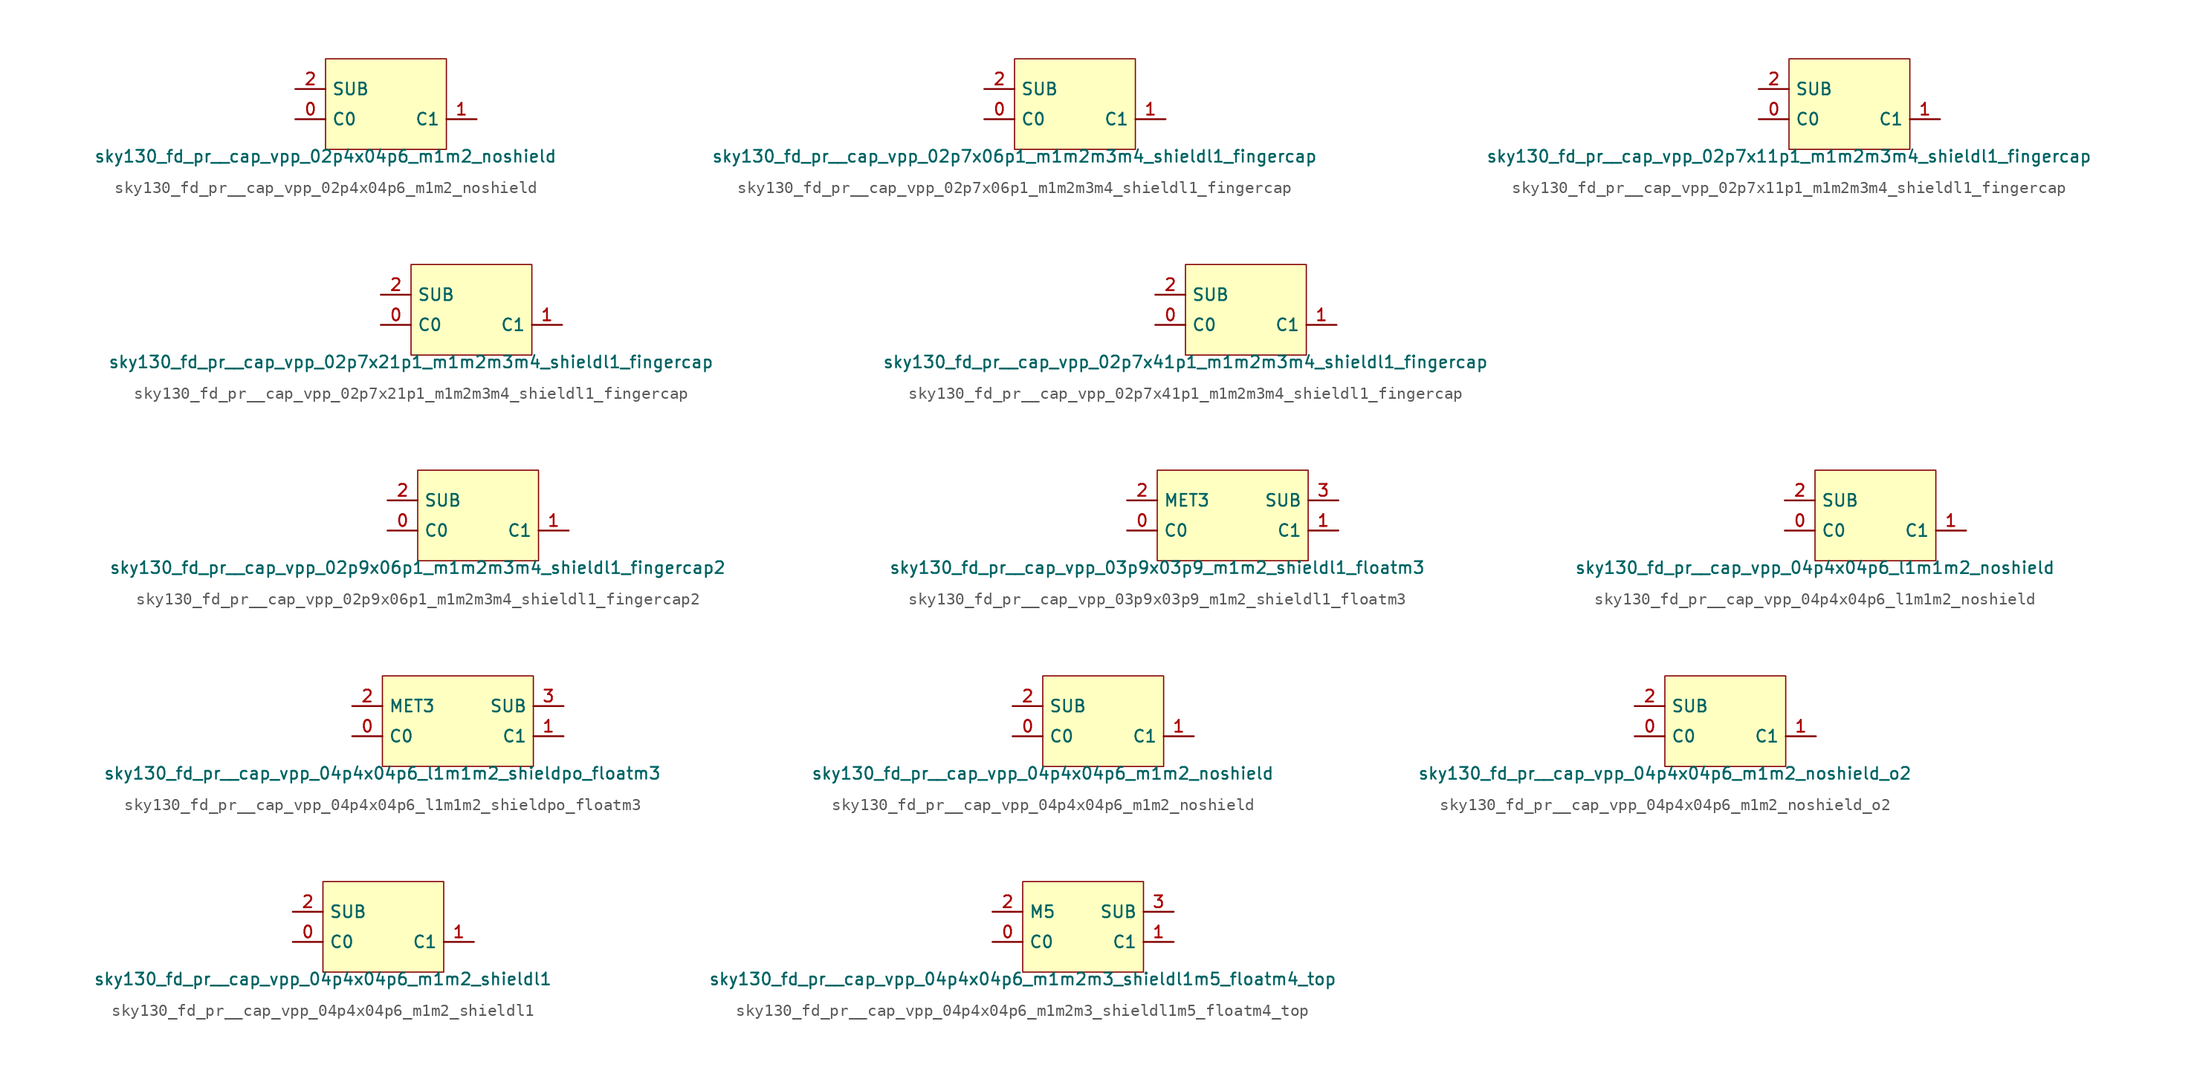
<source format=kicad_sym>
(kicad_symbol_lib
  (version 20211014)
  (generator lef2kicad_sym)
  (symbol "sky130_fd_pr__cap_vpp_02p4x04p6_m1m2_noshield"
    (property "Reference" "X"
      (at 0 0 0)
      (effects (font (size 1 1)) hide))
    (property "Value" "sky130_fd_pr__cap_vpp_02p4x04p6_m1m2_noshield"
      (at -5.08 -3.81 0)
      (effects (font (size 1 1)) (justify top)))
    (rectangle
      (start -5.08 -3.81)
      (end 5.08 3.81)
      (stroke (width 0.1) (type solid) (color 0 0 0 0))
      (fill (type background)))
    (pin bidirectional line
      (at -7.62 -1.27 0)
      (length 2.54)
      (name "C0" (effects (font (size 1 1)) hide))
      (number "0" (effects (font (size 1 1)) hide)))
    (pin bidirectional line
      (at 7.62 -1.27 180)
      (length 2.54)
      (name "C1" (effects (font (size 1 1)) hide))
      (number "1" (effects (font (size 1 1)) hide)))
    (pin bidirectional line
      (at -7.62 1.27 0)
      (length 2.54)
      (name "SUB" (effects (font (size 1 1)) hide))
      (number "2" (effects (font (size 1 1)) hide))))
  (symbol "sky130_fd_pr__cap_vpp_02p7x06p1_m1m2m3m4_shieldl1_fingercap"
    (property "Reference" "X"
      (at 0 0 0)
      (effects (font (size 1 1)) hide))
    (property "Value" "sky130_fd_pr__cap_vpp_02p7x06p1_m1m2m3m4_shieldl1_fingercap"
      (at -5.08 -3.81 0)
      (effects (font (size 1 1)) (justify top)))
    (rectangle
      (start -5.08 -3.81)
      (end 5.08 3.81)
      (stroke (width 0.1) (type solid) (color 0 0 0 0))
      (fill (type background)))
    (pin bidirectional line
      (at -7.62 -1.27 0)
      (length 2.54)
      (name "C0" (effects (font (size 1 1)) hide))
      (number "0" (effects (font (size 1 1)) hide)))
    (pin bidirectional line
      (at 7.62 -1.27 180)
      (length 2.54)
      (name "C1" (effects (font (size 1 1)) hide))
      (number "1" (effects (font (size 1 1)) hide)))
    (pin bidirectional line
      (at -7.62 1.27 0)
      (length 2.54)
      (name "SUB" (effects (font (size 1 1)) hide))
      (number "2" (effects (font (size 1 1)) hide))))
  (symbol "sky130_fd_pr__cap_vpp_02p7x11p1_m1m2m3m4_shieldl1_fingercap"
    (property "Reference" "X"
      (at 0 0 0)
      (effects (font (size 1 1)) hide))
    (property "Value" "sky130_fd_pr__cap_vpp_02p7x11p1_m1m2m3m4_shieldl1_fingercap"
      (at -5.08 -3.81 0)
      (effects (font (size 1 1)) (justify top)))
    (rectangle
      (start -5.08 -3.81)
      (end 5.08 3.81)
      (stroke (width 0.1) (type solid) (color 0 0 0 0))
      (fill (type background)))
    (pin bidirectional line
      (at -7.62 -1.27 0)
      (length 2.54)
      (name "C0" (effects (font (size 1 1)) hide))
      (number "0" (effects (font (size 1 1)) hide)))
    (pin bidirectional line
      (at 7.62 -1.27 180)
      (length 2.54)
      (name "C1" (effects (font (size 1 1)) hide))
      (number "1" (effects (font (size 1 1)) hide)))
    (pin bidirectional line
      (at -7.62 1.27 0)
      (length 2.54)
      (name "SUB" (effects (font (size 1 1)) hide))
      (number "2" (effects (font (size 1 1)) hide))))
  (symbol "sky130_fd_pr__cap_vpp_02p7x21p1_m1m2m3m4_shieldl1_fingercap"
    (property "Reference" "X"
      (at 0 0 0)
      (effects (font (size 1 1)) hide))
    (property "Value" "sky130_fd_pr__cap_vpp_02p7x21p1_m1m2m3m4_shieldl1_fingercap"
      (at -5.08 -3.81 0)
      (effects (font (size 1 1)) (justify top)))
    (rectangle
      (start -5.08 -3.81)
      (end 5.08 3.81)
      (stroke (width 0.1) (type solid) (color 0 0 0 0))
      (fill (type background)))
    (pin bidirectional line
      (at -7.62 -1.27 0)
      (length 2.54)
      (name "C0" (effects (font (size 1 1)) hide))
      (number "0" (effects (font (size 1 1)) hide)))
    (pin bidirectional line
      (at 7.62 -1.27 180)
      (length 2.54)
      (name "C1" (effects (font (size 1 1)) hide))
      (number "1" (effects (font (size 1 1)) hide)))
    (pin bidirectional line
      (at -7.62 1.27 0)
      (length 2.54)
      (name "SUB" (effects (font (size 1 1)) hide))
      (number "2" (effects (font (size 1 1)) hide))))
  (symbol "sky130_fd_pr__cap_vpp_02p7x41p1_m1m2m3m4_shieldl1_fingercap"
    (property "Reference" "X"
      (at 0 0 0)
      (effects (font (size 1 1)) hide))
    (property "Value" "sky130_fd_pr__cap_vpp_02p7x41p1_m1m2m3m4_shieldl1_fingercap"
      (at -5.08 -3.81 0)
      (effects (font (size 1 1)) (justify top)))
    (rectangle
      (start -5.08 -3.81)
      (end 5.08 3.81)
      (stroke (width 0.1) (type solid) (color 0 0 0 0))
      (fill (type background)))
    (pin bidirectional line
      (at -7.62 -1.27 0)
      (length 2.54)
      (name "C0" (effects (font (size 1 1)) hide))
      (number "0" (effects (font (size 1 1)) hide)))
    (pin bidirectional line
      (at 7.62 -1.27 180)
      (length 2.54)
      (name "C1" (effects (font (size 1 1)) hide))
      (number "1" (effects (font (size 1 1)) hide)))
    (pin bidirectional line
      (at -7.62 1.27 0)
      (length 2.54)
      (name "SUB" (effects (font (size 1 1)) hide))
      (number "2" (effects (font (size 1 1)) hide))))
  (symbol "sky130_fd_pr__cap_vpp_02p9x06p1_m1m2m3m4_shieldl1_fingercap2"
    (property "Reference" "X"
      (at 0 0 0)
      (effects (font (size 1 1)) hide))
    (property "Value" "sky130_fd_pr__cap_vpp_02p9x06p1_m1m2m3m4_shieldl1_fingercap2"
      (at -5.08 -3.81 0)
      (effects (font (size 1 1)) (justify top)))
    (rectangle
      (start -5.08 -3.81)
      (end 5.08 3.81)
      (stroke (width 0.1) (type solid) (color 0 0 0 0))
      (fill (type background)))
    (pin bidirectional line
      (at -7.62 -1.27 0)
      (length 2.54)
      (name "C0" (effects (font (size 1 1)) hide))
      (number "0" (effects (font (size 1 1)) hide)))
    (pin bidirectional line
      (at 7.62 -1.27 180)
      (length 2.54)
      (name "C1" (effects (font (size 1 1)) hide))
      (number "1" (effects (font (size 1 1)) hide)))
    (pin bidirectional line
      (at -7.62 1.27 0)
      (length 2.54)
      (name "SUB" (effects (font (size 1 1)) hide))
      (number "2" (effects (font (size 1 1)) hide))))
  (symbol "sky130_fd_pr__cap_vpp_03p9x03p9_m1m2_shieldl1_floatm3"
    (property "Reference" "X"
      (at 0 0 0)
      (effects (font (size 1 1)) hide))
    (property "Value" "sky130_fd_pr__cap_vpp_03p9x03p9_m1m2_shieldl1_floatm3"
      (at -6.35 -3.81 0)
      (effects (font (size 1 1)) (justify top)))
    (rectangle
      (start -6.35 -3.81)
      (end 6.35 3.81)
      (stroke (width 0.1) (type solid) (color 0 0 0 0))
      (fill (type background)))
    (pin bidirectional line
      (at -8.89 -1.27 0)
      (length 2.54)
      (name "C0" (effects (font (size 1 1)) hide))
      (number "0" (effects (font (size 1 1)) hide)))
    (pin bidirectional line
      (at 8.89 -1.27 180)
      (length 2.54)
      (name "C1" (effects (font (size 1 1)) hide))
      (number "1" (effects (font (size 1 1)) hide)))
    (pin bidirectional line
      (at -8.89 1.27 0)
      (length 2.54)
      (name "MET3" (effects (font (size 1 1)) hide))
      (number "2" (effects (font (size 1 1)) hide)))
    (pin bidirectional line
      (at 8.89 1.27 180)
      (length 2.54)
      (name "SUB" (effects (font (size 1 1)) hide))
      (number "3" (effects (font (size 1 1)) hide))))
  (symbol "sky130_fd_pr__cap_vpp_04p4x04p6_l1m1m2_noshield"
    (property "Reference" "X"
      (at 0 0 0)
      (effects (font (size 1 1)) hide))
    (property "Value" "sky130_fd_pr__cap_vpp_04p4x04p6_l1m1m2_noshield"
      (at -5.08 -3.81 0)
      (effects (font (size 1 1)) (justify top)))
    (rectangle
      (start -5.08 -3.81)
      (end 5.08 3.81)
      (stroke (width 0.1) (type solid) (color 0 0 0 0))
      (fill (type background)))
    (pin bidirectional line
      (at -7.62 -1.27 0)
      (length 2.54)
      (name "C0" (effects (font (size 1 1)) hide))
      (number "0" (effects (font (size 1 1)) hide)))
    (pin bidirectional line
      (at 7.62 -1.27 180)
      (length 2.54)
      (name "C1" (effects (font (size 1 1)) hide))
      (number "1" (effects (font (size 1 1)) hide)))
    (pin bidirectional line
      (at -7.62 1.27 0)
      (length 2.54)
      (name "SUB" (effects (font (size 1 1)) hide))
      (number "2" (effects (font (size 1 1)) hide))))
  (symbol "sky130_fd_pr__cap_vpp_04p4x04p6_l1m1m2_shieldpo_floatm3"
    (property "Reference" "X"
      (at 0 0 0)
      (effects (font (size 1 1)) hide))
    (property "Value" "sky130_fd_pr__cap_vpp_04p4x04p6_l1m1m2_shieldpo_floatm3"
      (at -6.35 -3.81 0)
      (effects (font (size 1 1)) (justify top)))
    (rectangle
      (start -6.35 -3.81)
      (end 6.35 3.81)
      (stroke (width 0.1) (type solid) (color 0 0 0 0))
      (fill (type background)))
    (pin bidirectional line
      (at -8.89 -1.27 0)
      (length 2.54)
      (name "C0" (effects (font (size 1 1)) hide))
      (number "0" (effects (font (size 1 1)) hide)))
    (pin bidirectional line
      (at 8.89 -1.27 180)
      (length 2.54)
      (name "C1" (effects (font (size 1 1)) hide))
      (number "1" (effects (font (size 1 1)) hide)))
    (pin bidirectional line
      (at -8.89 1.27 0)
      (length 2.54)
      (name "MET3" (effects (font (size 1 1)) hide))
      (number "2" (effects (font (size 1 1)) hide)))
    (pin bidirectional line
      (at 8.89 1.27 180)
      (length 2.54)
      (name "SUB" (effects (font (size 1 1)) hide))
      (number "3" (effects (font (size 1 1)) hide))))
  (symbol "sky130_fd_pr__cap_vpp_04p4x04p6_m1m2_noshield"
    (property "Reference" "X"
      (at 0 0 0)
      (effects (font (size 1 1)) hide))
    (property "Value" "sky130_fd_pr__cap_vpp_04p4x04p6_m1m2_noshield"
      (at -5.08 -3.81 0)
      (effects (font (size 1 1)) (justify top)))
    (rectangle
      (start -5.08 -3.81)
      (end 5.08 3.81)
      (stroke (width 0.1) (type solid) (color 0 0 0 0))
      (fill (type background)))
    (pin bidirectional line
      (at -7.62 -1.27 0)
      (length 2.54)
      (name "C0" (effects (font (size 1 1)) hide))
      (number "0" (effects (font (size 1 1)) hide)))
    (pin bidirectional line
      (at 7.62 -1.27 180)
      (length 2.54)
      (name "C1" (effects (font (size 1 1)) hide))
      (number "1" (effects (font (size 1 1)) hide)))
    (pin bidirectional line
      (at -7.62 1.27 0)
      (length 2.54)
      (name "SUB" (effects (font (size 1 1)) hide))
      (number "2" (effects (font (size 1 1)) hide))))
  (symbol "sky130_fd_pr__cap_vpp_04p4x04p6_m1m2_noshield_o2"
    (property "Reference" "X"
      (at 0 0 0)
      (effects (font (size 1 1)) hide))
    (property "Value" "sky130_fd_pr__cap_vpp_04p4x04p6_m1m2_noshield_o2"
      (at -5.08 -3.81 0)
      (effects (font (size 1 1)) (justify top)))
    (rectangle
      (start -5.08 -3.81)
      (end 5.08 3.81)
      (stroke (width 0.1) (type solid) (color 0 0 0 0))
      (fill (type background)))
    (pin bidirectional line
      (at -7.62 -1.27 0)
      (length 2.54)
      (name "C0" (effects (font (size 1 1)) hide))
      (number "0" (effects (font (size 1 1)) hide)))
    (pin bidirectional line
      (at 7.62 -1.27 180)
      (length 2.54)
      (name "C1" (effects (font (size 1 1)) hide))
      (number "1" (effects (font (size 1 1)) hide)))
    (pin bidirectional line
      (at -7.62 1.27 0)
      (length 2.54)
      (name "SUB" (effects (font (size 1 1)) hide))
      (number "2" (effects (font (size 1 1)) hide))))
  (symbol "sky130_fd_pr__cap_vpp_04p4x04p6_m1m2_shieldl1"
    (property "Reference" "X"
      (at 0 0 0)
      (effects (font (size 1 1)) hide))
    (property "Value" "sky130_fd_pr__cap_vpp_04p4x04p6_m1m2_shieldl1"
      (at -5.08 -3.81 0)
      (effects (font (size 1 1)) (justify top)))
    (rectangle
      (start -5.08 -3.81)
      (end 5.08 3.81)
      (stroke (width 0.1) (type solid) (color 0 0 0 0))
      (fill (type background)))
    (pin bidirectional line
      (at -7.62 -1.27 0)
      (length 2.54)
      (name "C0" (effects (font (size 1 1)) hide))
      (number "0" (effects (font (size 1 1)) hide)))
    (pin bidirectional line
      (at 7.62 -1.27 180)
      (length 2.54)
      (name "C1" (effects (font (size 1 1)) hide))
      (number "1" (effects (font (size 1 1)) hide)))
    (pin bidirectional line
      (at -7.62 1.27 0)
      (length 2.54)
      (name "SUB" (effects (font (size 1 1)) hide))
      (number "2" (effects (font (size 1 1)) hide))))
  (symbol "sky130_fd_pr__cap_vpp_04p4x04p6_m1m2m3_shieldl1m5_floatm4_top"
    (property "Reference" "X"
      (at 0 0 0)
      (effects (font (size 1 1)) hide))
    (property "Value" "sky130_fd_pr__cap_vpp_04p4x04p6_m1m2m3_shieldl1m5_floatm4_top"
      (at -5.08 -3.81 0)
      (effects (font (size 1 1)) (justify top)))
    (rectangle
      (start -5.08 -3.81)
      (end 5.08 3.81)
      (stroke (width 0.1) (type solid) (color 0 0 0 0))
      (fill (type background)))
    (pin bidirectional line
      (at -7.62 -1.27 0)
      (length 2.54)
      (name "C0" (effects (font (size 1 1)) hide))
      (number "0" (effects (font (size 1 1)) hide)))
    (pin bidirectional line
      (at 7.62 -1.27 180)
      (length 2.54)
      (name "C1" (effects (font (size 1 1)) hide))
      (number "1" (effects (font (size 1 1)) hide)))
    (pin bidirectional line
      (at -7.62 1.27 0)
      (length 2.54)
      (name "M5" (effects (font (size 1 1)) hide))
      (number "2" (effects (font (size 1 1)) hide)))
    (pin bidirectional line
      (at 7.62 1.27 180)
      (length 2.54)
      (name "SUB" (effects (font (size 1 1)) hide))
      (number "3" (effects (font (size 1 1)) hide)))))
</source>
